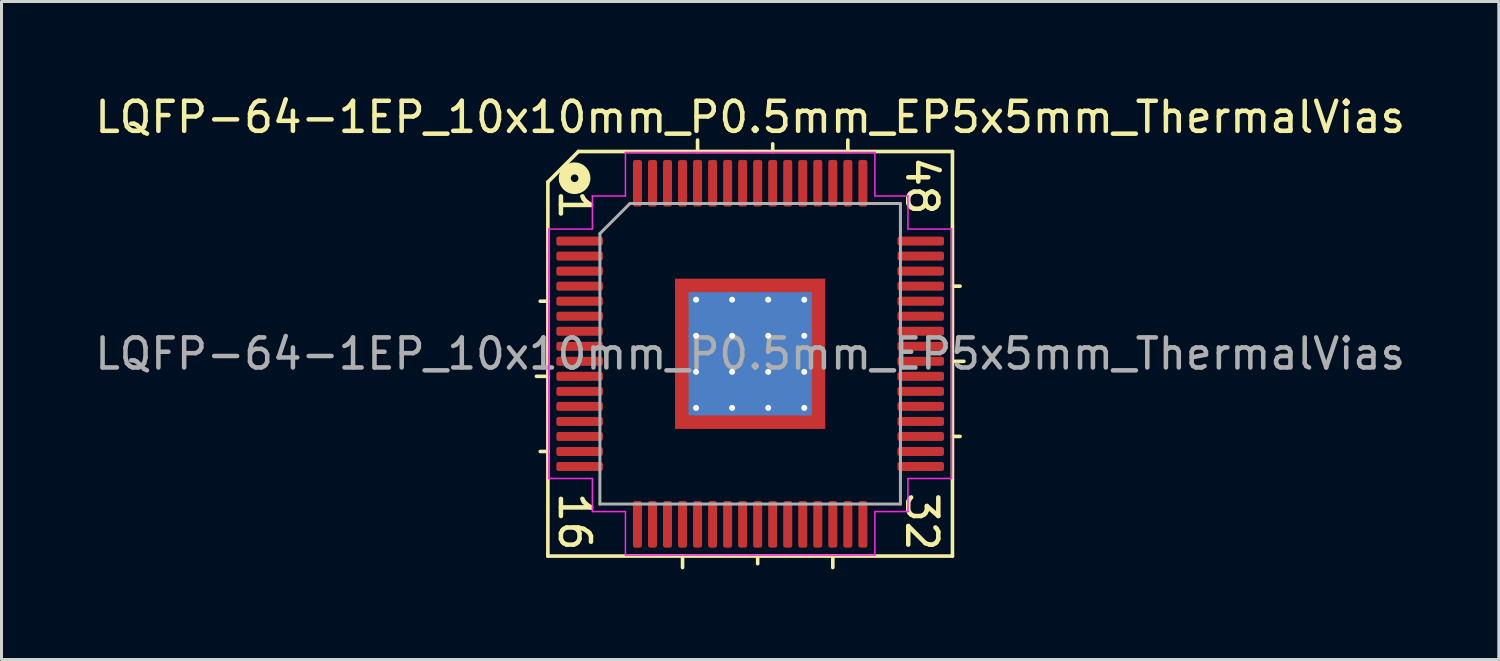
<source format=kicad_pcb>
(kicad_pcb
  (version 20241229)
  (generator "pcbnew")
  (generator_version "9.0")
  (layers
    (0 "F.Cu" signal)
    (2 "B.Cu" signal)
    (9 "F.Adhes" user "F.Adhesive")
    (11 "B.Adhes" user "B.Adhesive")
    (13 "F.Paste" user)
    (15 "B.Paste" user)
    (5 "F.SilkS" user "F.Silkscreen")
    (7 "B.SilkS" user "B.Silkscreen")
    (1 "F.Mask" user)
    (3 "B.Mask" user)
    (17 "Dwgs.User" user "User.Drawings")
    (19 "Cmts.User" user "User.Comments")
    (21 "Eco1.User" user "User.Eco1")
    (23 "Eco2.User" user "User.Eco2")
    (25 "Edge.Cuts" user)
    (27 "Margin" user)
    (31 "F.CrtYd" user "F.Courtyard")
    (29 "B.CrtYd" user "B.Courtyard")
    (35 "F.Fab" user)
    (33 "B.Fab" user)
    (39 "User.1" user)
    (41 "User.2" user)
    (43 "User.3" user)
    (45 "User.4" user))
  (footprint "LQFP-64-1EP_10x10mm_P0.5mm_EP5x5mm_ThermalVias"
    (layer "F.Cu")
    (at 21.911 8.722)
    (property "Reference" "LQFP-64-1EP_10x10mm_P0.5mm_EP5x5mm_ThermalVias" (at 0 -7.874 0) (layer "F.SilkS") (effects (font (size 1 1) (thickness 0.15))))
    (attr smd)
    (fp_line (start -6.731 -5.715) (end -6.731 6.731) (stroke (width 0.12) (type solid)) (layer "F.SilkS"))
    (fp_line (start -6.731 -1.75) (end -6.985 -1.75) (stroke (width 0.12) (type solid)) (layer "F.SilkS"))
    (fp_line (start -6.731 0.75) (end -7.112 0.75) (stroke (width 0.12) (type solid)) (layer "F.SilkS"))
    (fp_line (start -6.731 3.25) (end -6.985 3.25) (stroke (width 0.12) (type solid)) (layer "F.SilkS"))
    (fp_line (start -6.731 6.731) (end 6.731 6.731) (stroke (width 0.12) (type solid)) (layer "F.SilkS"))
    (fp_line (start -5.715 -6.731) (end -6.731 -5.715) (stroke (width 0.12) (type solid)) (layer "F.SilkS"))
    (fp_line (start -2.25 6.731) (end -2.25 7.112) (stroke (width 0.12) (type solid)) (layer "F.SilkS"))
    (fp_line (start -1.75 -6.731) (end -1.75 -7.112) (stroke (width 0.12) (type solid)) (layer "F.SilkS"))
    (fp_line (start 0.25 6.731) (end 0.25 6.985) (stroke (width 0.12) (type solid)) (layer "F.SilkS"))
    (fp_line (start 0.75 -6.731) (end 0.75 -6.985) (stroke (width 0.12) (type solid)) (layer "F.SilkS"))
    (fp_line (start 2.75 7.112) (end 2.75 6.731) (stroke (width 0.12) (type solid)) (layer "F.SilkS"))
    (fp_line (start 3.25 -6.731) (end 3.25 -7.112) (stroke (width 0.12) (type solid)) (layer "F.SilkS"))
    (fp_line (start 6.731 -6.731) (end -5.715 -6.731) (stroke (width 0.12) (type solid)) (layer "F.SilkS"))
    (fp_line (start 6.731 -2.25) (end 6.985 -2.25) (stroke (width 0.12) (type solid)) (layer "F.SilkS"))
    (fp_line (start 6.731 0.25) (end 7.112 0.25) (stroke (width 0.12) (type solid)) (layer "F.SilkS"))
    (fp_line (start 6.731 2.75) (end 6.985 2.75) (stroke (width 0.12) (type solid)) (layer "F.SilkS"))
    (fp_line (start 6.731 6.731) (end 6.731 -6.731) (stroke (width 0.12) (type solid)) (layer "F.SilkS"))
    (fp_circle (center -5.842 -5.842) (end -5.715 -5.842) (stroke (width 0.4) (type solid)) (fill no) (layer "F.SilkS"))
    (fp_line (start -6.7 -4.15) (end -6.7 0) (stroke (width 0.05) (type solid)) (layer "F.CrtYd"))
    (fp_line (start -6.7 4.15) (end -6.7 0) (stroke (width 0.05) (type solid)) (layer "F.CrtYd"))
    (fp_line (start -5.25 -5.25) (end -5.25 -4.15) (stroke (width 0.05) (type solid)) (layer "F.CrtYd"))
    (fp_line (start -5.25 -4.15) (end -6.7 -4.15) (stroke (width 0.05) (type solid)) (layer "F.CrtYd"))
    (fp_line (start -5.25 4.15) (end -6.7 4.15) (stroke (width 0.05) (type solid)) (layer "F.CrtYd"))
    (fp_line (start -5.25 5.25) (end -5.25 4.15) (stroke (width 0.05) (type solid)) (layer "F.CrtYd"))
    (fp_line (start -4.15 -6.7) (end -4.15 -5.25) (stroke (width 0.05) (type solid)) (layer "F.CrtYd"))
    (fp_line (start -4.15 -5.25) (end -5.25 -5.25) (stroke (width 0.05) (type solid)) (layer "F.CrtYd"))
    (fp_line (start -4.15 5.25) (end -5.25 5.25) (stroke (width 0.05) (type solid)) (layer "F.CrtYd"))
    (fp_line (start -4.15 6.7) (end -4.15 5.25) (stroke (width 0.05) (type solid)) (layer "F.CrtYd"))
    (fp_line (start 0 -6.7) (end -4.15 -6.7) (stroke (width 0.05) (type solid)) (layer "F.CrtYd"))
    (fp_line (start 0 -6.7) (end 4.15 -6.7) (stroke (width 0.05) (type solid)) (layer "F.CrtYd"))
    (fp_line (start 0 6.7) (end -4.15 6.7) (stroke (width 0.05) (type solid)) (layer "F.CrtYd"))
    (fp_line (start 0 6.7) (end 4.15 6.7) (stroke (width 0.05) (type solid)) (layer "F.CrtYd"))
    (fp_line (start 4.15 -6.7) (end 4.15 -5.25) (stroke (width 0.05) (type solid)) (layer "F.CrtYd"))
    (fp_line (start 4.15 -5.25) (end 5.25 -5.25) (stroke (width 0.05) (type solid)) (layer "F.CrtYd"))
    (fp_line (start 4.15 5.25) (end 5.25 5.25) (stroke (width 0.05) (type solid)) (layer "F.CrtYd"))
    (fp_line (start 4.15 6.7) (end 4.15 5.25) (stroke (width 0.05) (type solid)) (layer "F.CrtYd"))
    (fp_line (start 5.25 -5.25) (end 5.25 -4.15) (stroke (width 0.05) (type solid)) (layer "F.CrtYd"))
    (fp_line (start 5.25 -4.15) (end 6.7 -4.15) (stroke (width 0.05) (type solid)) (layer "F.CrtYd"))
    (fp_line (start 5.25 4.15) (end 6.7 4.15) (stroke (width 0.05) (type solid)) (layer "F.CrtYd"))
    (fp_line (start 5.25 5.25) (end 5.25 4.15) (stroke (width 0.05) (type solid)) (layer "F.CrtYd"))
    (fp_line (start 6.7 -4.15) (end 6.7 0) (stroke (width 0.05) (type solid)) (layer "F.CrtYd"))
    (fp_line (start 6.7 4.15) (end 6.7 0) (stroke (width 0.05) (type solid)) (layer "F.CrtYd"))
    (fp_line (start -5 -4) (end -4 -5) (stroke (width 0.1) (type solid)) (layer "F.Fab"))
    (fp_line (start -5 5) (end -5 -4) (stroke (width 0.1) (type solid)) (layer "F.Fab"))
    (fp_line (start -4 -5) (end 5 -5) (stroke (width 0.1) (type solid)) (layer "F.Fab"))
    (fp_line (start 5 -5) (end 5 5) (stroke (width 0.1) (type solid)) (layer "F.Fab"))
    (fp_line (start 5 5) (end -5 5) (stroke (width 0.1) (type solid)) (layer "F.Fab"))
    (fp_text user "16" (at -5.842 5.588 270) (unlocked yes) (layer "F.SilkS") (effects (font (size 1 1) (thickness 0.15))))
    (fp_text user "48" (at 5.715 -5.588 270) (unlocked yes) (layer "F.SilkS") (effects (font (size 1 1) (thickness 0.15))))
    (fp_text user "32" (at 5.715 5.588 270) (unlocked yes) (layer "F.SilkS") (effects (font (size 1 1) (thickness 0.15))))
    (fp_text user "1" (at -5.842 -4.953 270) (unlocked yes) (layer "F.SilkS") (effects (font (size 1 1) (thickness 0.15))))
    (fp_text user "${REFERENCE}" (at 0 0 0) (layer "F.Fab") (effects (font (size 1 1) (thickness 0.15))))
    (pad "" smd custom (at -2.15 -2.15) (size 0.46 0.46) (layers "F.Paste") (options (anchor circle)) (primitives (gr_poly (pts (xy 0.178 0.092) (xy 0.092 0.178) (xy -0.178 0.178) (xy -0.178 -0.178) (xy 0.178 -0.178)) (width 0.208) (fill yes))))
    (pad "" smd custom (at -2.15 -1.2) (size 0.495 0.495) (layers "F.Paste") (options (anchor circle)) (primitives (gr_poly (pts (xy 0.212 -0.356) (xy 0.212 0.356) (xy 0.154 0.414) (xy -0.212 0.414) (xy -0.212 -0.414) (xy 0.154 -0.414)) (width 0.14) (fill yes))))
    (pad "" smd custom (at -2.15 0) (size 0.495 0.495) (layers "F.Paste") (options (anchor circle)) (primitives (gr_poly (pts (xy 0.212 -0.356) (xy 0.212 0.356) (xy 0.154 0.414) (xy -0.212 0.414) (xy -0.212 -0.414) (xy 0.154 -0.414)) (width 0.14) (fill yes))))
    (pad "" smd custom (at -2.15 1.2) (size 0.495 0.495) (layers "F.Paste") (options (anchor circle)) (primitives (gr_poly (pts (xy 0.212 -0.356) (xy 0.212 0.356) (xy 0.154 0.414) (xy -0.212 0.414) (xy -0.212 -0.414) (xy 0.154 -0.414)) (width 0.14) (fill yes))))
    (pad "" smd custom (at -2.15 2.15) (size 0.46 0.46) (layers "F.Paste") (options (anchor circle)) (primitives (gr_poly (pts (xy 0.178 -0.092) (xy 0.178 0.178) (xy -0.178 0.178) (xy -0.178 -0.178) (xy 0.092 -0.178)) (width 0.208) (fill yes))))
    (pad "" smd custom (at -1.2 -2.15) (size 0.495 0.495) (layers "F.Paste") (options (anchor circle)) (primitives (gr_poly (pts (xy 0.414 0.154) (xy 0.356 0.212) (xy -0.356 0.212) (xy -0.414 0.154) (xy -0.414 -0.212) (xy 0.414 -0.212)) (width 0.14) (fill yes))))
    (pad "" smd roundrect (at -1.2 -1.2) (size 0.967 0.967) (layers "F.Paste") (roundrect_rratio 0.25))
    (pad "" smd roundrect (at -1.2 0) (size 0.967 0.967) (layers "F.Paste") (roundrect_rratio 0.25))
    (pad "" smd roundrect (at -1.2 1.2) (size 0.967 0.967) (layers "F.Paste") (roundrect_rratio 0.25))
    (pad "" smd custom (at -1.2 2.15) (size 0.495 0.495) (layers "F.Paste") (options (anchor circle)) (primitives (gr_poly (pts (xy 0.414 -0.154) (xy 0.414 0.212) (xy -0.414 0.212) (xy -0.414 -0.154) (xy -0.356 -0.212) (xy 0.356 -0.212)) (width 0.14) (fill yes))))
    (pad "" smd custom (at 0 -2.15) (size 0.495 0.495) (layers "F.Paste") (options (anchor circle)) (primitives (gr_poly (pts (xy 0.414 0.154) (xy 0.356 0.212) (xy -0.356 0.212) (xy -0.414 0.154) (xy -0.414 -0.212) (xy 0.414 -0.212)) (width 0.14) (fill yes))))
    (pad "" smd roundrect (at 0 -1.2) (size 0.967 0.967) (layers "F.Paste") (roundrect_rratio 0.25))
    (pad "" smd roundrect (at 0 0) (size 0.967 0.967) (layers "F.Paste") (roundrect_rratio 0.25))
    (pad "" smd roundrect (at 0 1.2) (size 0.967 0.967) (layers "F.Paste") (roundrect_rratio 0.25))
    (pad "" smd custom (at 0 2.15) (size 0.495 0.495) (layers "F.Paste") (options (anchor circle)) (primitives (gr_poly (pts (xy 0.414 -0.154) (xy 0.414 0.212) (xy -0.414 0.212) (xy -0.414 -0.154) (xy -0.356 -0.212) (xy 0.356 -0.212)) (width 0.14) (fill yes))))
    (pad "" smd custom (at 1.2 -2.15) (size 0.495 0.495) (layers "F.Paste") (options (anchor circle)) (primitives (gr_poly (pts (xy 0.414 0.154) (xy 0.356 0.212) (xy -0.356 0.212) (xy -0.414 0.154) (xy -0.414 -0.212) (xy 0.414 -0.212)) (width 0.14) (fill yes))))
    (pad "" smd roundrect (at 1.2 -1.2) (size 0.967 0.967) (layers "F.Paste") (roundrect_rratio 0.25))
    (pad "" smd roundrect (at 1.2 0) (size 0.967 0.967) (layers "F.Paste") (roundrect_rratio 0.25))
    (pad "" smd roundrect (at 1.2 1.2) (size 0.967 0.967) (layers "F.Paste") (roundrect_rratio 0.25))
    (pad "" smd custom (at 1.2 2.15) (size 0.495 0.495) (layers "F.Paste") (options (anchor circle)) (primitives (gr_poly (pts (xy 0.414 -0.154) (xy 0.414 0.212) (xy -0.414 0.212) (xy -0.414 -0.154) (xy -0.356 -0.212) (xy 0.356 -0.212)) (width 0.14) (fill yes))))
    (pad "" smd custom (at 2.15 -2.15) (size 0.46 0.46) (layers "F.Paste") (options (anchor circle)) (primitives (gr_poly (pts (xy 0.178 0.178) (xy -0.092 0.178) (xy -0.178 0.092) (xy -0.178 -0.178) (xy 0.178 -0.178)) (width 0.208) (fill yes))))
    (pad "" smd custom (at 2.15 -1.2) (size 0.495 0.495) (layers "F.Paste") (options (anchor circle)) (primitives (gr_poly (pts (xy 0.212 0.414) (xy -0.154 0.414) (xy -0.212 0.356) (xy -0.212 -0.356) (xy -0.154 -0.414) (xy 0.212 -0.414)) (width 0.14) (fill yes))))
    (pad "" smd custom (at 2.15 0) (size 0.495 0.495) (layers "F.Paste") (options (anchor circle)) (primitives (gr_poly (pts (xy 0.212 0.414) (xy -0.154 0.414) (xy -0.212 0.356) (xy -0.212 -0.356) (xy -0.154 -0.414) (xy 0.212 -0.414)) (width 0.14) (fill yes))))
    (pad "" smd custom (at 2.15 1.2) (size 0.495 0.495) (layers "F.Paste") (options (anchor circle)) (primitives (gr_poly (pts (xy 0.212 0.414) (xy -0.154 0.414) (xy -0.212 0.356) (xy -0.212 -0.356) (xy -0.154 -0.414) (xy 0.212 -0.414)) (width 0.14) (fill yes))))
    (pad "" smd custom (at 2.15 2.15) (size 0.46 0.46) (layers "F.Paste") (options (anchor circle)) (primitives (gr_poly (pts (xy 0.178 0.178) (xy -0.178 0.178) (xy -0.178 -0.092) (xy -0.092 -0.178) (xy 0.178 -0.178)) (width 0.208) (fill yes))))
    (pad "1" smd roundrect (at -5.675 -3.75) (size 1.55 0.3) (layers "F.Cu" "F.Mask" "F.Paste") (roundrect_rratio 0.25))
    (pad "2" smd roundrect (at -5.675 -3.25) (size 1.55 0.3) (layers "F.Cu" "F.Mask" "F.Paste") (roundrect_rratio 0.25))
    (pad "3" smd roundrect (at -5.675 -2.75) (size 1.55 0.3) (layers "F.Cu" "F.Mask" "F.Paste") (roundrect_rratio 0.25))
    (pad "4" smd roundrect (at -5.675 -2.25) (size 1.55 0.3) (layers "F.Cu" "F.Mask" "F.Paste") (roundrect_rratio 0.25))
    (pad "5" smd roundrect (at -5.675 -1.75) (size 1.55 0.3) (layers "F.Cu" "F.Mask" "F.Paste") (roundrect_rratio 0.25))
    (pad "6" smd roundrect (at -5.675 -1.25) (size 1.55 0.3) (layers "F.Cu" "F.Mask" "F.Paste") (roundrect_rratio 0.25))
    (pad "7" smd roundrect (at -5.675 -0.75) (size 1.55 0.3) (layers "F.Cu" "F.Mask" "F.Paste") (roundrect_rratio 0.25))
    (pad "8" smd roundrect (at -5.675 -0.25) (size 1.55 0.3) (layers "F.Cu" "F.Mask" "F.Paste") (roundrect_rratio 0.25))
    (pad "9" smd roundrect (at -5.675 0.25) (size 1.55 0.3) (layers "F.Cu" "F.Mask" "F.Paste") (roundrect_rratio 0.25))
    (pad "10" smd roundrect (at -5.675 0.75) (size 1.55 0.3) (layers "F.Cu" "F.Mask" "F.Paste") (roundrect_rratio 0.25))
    (pad "11" smd roundrect (at -5.675 1.25) (size 1.55 0.3) (layers "F.Cu" "F.Mask" "F.Paste") (roundrect_rratio 0.25))
    (pad "12" smd roundrect (at -5.675 1.75) (size 1.55 0.3) (layers "F.Cu" "F.Mask" "F.Paste") (roundrect_rratio 0.25))
    (pad "13" smd roundrect (at -5.675 2.25) (size 1.55 0.3) (layers "F.Cu" "F.Mask" "F.Paste") (roundrect_rratio 0.25))
    (pad "14" smd roundrect (at -5.675 2.75) (size 1.55 0.3) (layers "F.Cu" "F.Mask" "F.Paste") (roundrect_rratio 0.25))
    (pad "15" smd roundrect (at -5.675 3.25) (size 1.55 0.3) (layers "F.Cu" "F.Mask" "F.Paste") (roundrect_rratio 0.25))
    (pad "16" smd roundrect (at -5.675 3.75) (size 1.55 0.3) (layers "F.Cu" "F.Mask" "F.Paste") (roundrect_rratio 0.25))
    (pad "17" smd roundrect (at -3.75 5.675) (size 0.3 1.55) (layers "F.Cu" "F.Mask" "F.Paste") (roundrect_rratio 0.25))
    (pad "18" smd roundrect (at -3.25 5.675) (size 0.3 1.55) (layers "F.Cu" "F.Mask" "F.Paste") (roundrect_rratio 0.25))
    (pad "19" smd roundrect (at -2.75 5.675) (size 0.3 1.55) (layers "F.Cu" "F.Mask" "F.Paste") (roundrect_rratio 0.25))
    (pad "20" smd roundrect (at -2.25 5.675) (size 0.3 1.55) (layers "F.Cu" "F.Mask" "F.Paste") (roundrect_rratio 0.25))
    (pad "21" smd roundrect (at -1.75 5.675) (size 0.3 1.55) (layers "F.Cu" "F.Mask" "F.Paste") (roundrect_rratio 0.25))
    (pad "22" smd roundrect (at -1.25 5.675) (size 0.3 1.55) (layers "F.Cu" "F.Mask" "F.Paste") (roundrect_rratio 0.25))
    (pad "23" smd roundrect (at -0.75 5.675) (size 0.3 1.55) (layers "F.Cu" "F.Mask" "F.Paste") (roundrect_rratio 0.25))
    (pad "24" smd roundrect (at -0.25 5.675) (size 0.3 1.55) (layers "F.Cu" "F.Mask" "F.Paste") (roundrect_rratio 0.25))
    (pad "25" smd roundrect (at 0.25 5.675) (size 0.3 1.55) (layers "F.Cu" "F.Mask" "F.Paste") (roundrect_rratio 0.25))
    (pad "26" smd roundrect (at 0.75 5.675) (size 0.3 1.55) (layers "F.Cu" "F.Mask" "F.Paste") (roundrect_rratio 0.25))
    (pad "27" smd roundrect (at 1.25 5.675) (size 0.3 1.55) (layers "F.Cu" "F.Mask" "F.Paste") (roundrect_rratio 0.25))
    (pad "28" smd roundrect (at 1.75 5.675) (size 0.3 1.55) (layers "F.Cu" "F.Mask" "F.Paste") (roundrect_rratio 0.25))
    (pad "29" smd roundrect (at 2.25 5.675) (size 0.3 1.55) (layers "F.Cu" "F.Mask" "F.Paste") (roundrect_rratio 0.25))
    (pad "30" smd roundrect (at 2.75 5.675) (size 0.3 1.55) (layers "F.Cu" "F.Mask" "F.Paste") (roundrect_rratio 0.25))
    (pad "31" smd roundrect (at 3.25 5.675) (size 0.3 1.55) (layers "F.Cu" "F.Mask" "F.Paste") (roundrect_rratio 0.25))
    (pad "32" smd roundrect (at 3.75 5.675) (size 0.3 1.55) (layers "F.Cu" "F.Mask" "F.Paste") (roundrect_rratio 0.25))
    (pad "33" smd roundrect (at 5.675 3.75) (size 1.55 0.3) (layers "F.Cu" "F.Mask" "F.Paste") (roundrect_rratio 0.25))
    (pad "34" smd roundrect (at 5.675 3.25) (size 1.55 0.3) (layers "F.Cu" "F.Mask" "F.Paste") (roundrect_rratio 0.25))
    (pad "35" smd roundrect (at 5.675 2.75) (size 1.55 0.3) (layers "F.Cu" "F.Mask" "F.Paste") (roundrect_rratio 0.25))
    (pad "36" smd roundrect (at 5.675 2.25) (size 1.55 0.3) (layers "F.Cu" "F.Mask" "F.Paste") (roundrect_rratio 0.25))
    (pad "37" smd roundrect (at 5.675 1.75) (size 1.55 0.3) (layers "F.Cu" "F.Mask" "F.Paste") (roundrect_rratio 0.25))
    (pad "38" smd roundrect (at 5.675 1.25) (size 1.55 0.3) (layers "F.Cu" "F.Mask" "F.Paste") (roundrect_rratio 0.25))
    (pad "39" smd roundrect (at 5.675 0.75) (size 1.55 0.3) (layers "F.Cu" "F.Mask" "F.Paste") (roundrect_rratio 0.25))
    (pad "40" smd roundrect (at 5.675 0.25) (size 1.55 0.3) (layers "F.Cu" "F.Mask" "F.Paste") (roundrect_rratio 0.25))
    (pad "41" smd roundrect (at 5.675 -0.25) (size 1.55 0.3) (layers "F.Cu" "F.Mask" "F.Paste") (roundrect_rratio 0.25))
    (pad "42" smd roundrect (at 5.675 -0.75) (size 1.55 0.3) (layers "F.Cu" "F.Mask" "F.Paste") (roundrect_rratio 0.25))
    (pad "43" smd roundrect (at 5.675 -1.25) (size 1.55 0.3) (layers "F.Cu" "F.Mask" "F.Paste") (roundrect_rratio 0.25))
    (pad "44" smd roundrect (at 5.675 -1.75) (size 1.55 0.3) (layers "F.Cu" "F.Mask" "F.Paste") (roundrect_rratio 0.25))
    (pad "45" smd roundrect (at 5.675 -2.25) (size 1.55 0.3) (layers "F.Cu" "F.Mask" "F.Paste") (roundrect_rratio 0.25))
    (pad "46" smd roundrect (at 5.675 -2.75) (size 1.55 0.3) (layers "F.Cu" "F.Mask" "F.Paste") (roundrect_rratio 0.25))
    (pad "47" smd roundrect (at 5.675 -3.25) (size 1.55 0.3) (layers "F.Cu" "F.Mask" "F.Paste") (roundrect_rratio 0.25))
    (pad "48" smd roundrect (at 5.675 -3.75) (size 1.55 0.3) (layers "F.Cu" "F.Mask" "F.Paste") (roundrect_rratio 0.25))
    (pad "49" smd roundrect (at 3.75 -5.675) (size 0.3 1.55) (layers "F.Cu" "F.Mask" "F.Paste") (roundrect_rratio 0.25))
    (pad "50" smd roundrect (at 3.25 -5.675) (size 0.3 1.55) (layers "F.Cu" "F.Mask" "F.Paste") (roundrect_rratio 0.25))
    (pad "51" smd roundrect (at 2.75 -5.675) (size 0.3 1.55) (layers "F.Cu" "F.Mask" "F.Paste") (roundrect_rratio 0.25))
    (pad "52" smd roundrect (at 2.25 -5.675) (size 0.3 1.55) (layers "F.Cu" "F.Mask" "F.Paste") (roundrect_rratio 0.25))
    (pad "53" smd roundrect (at 1.75 -5.675) (size 0.3 1.55) (layers "F.Cu" "F.Mask" "F.Paste") (roundrect_rratio 0.25))
    (pad "54" smd roundrect (at 1.25 -5.675) (size 0.3 1.55) (layers "F.Cu" "F.Mask" "F.Paste") (roundrect_rratio 0.25))
    (pad "55" smd roundrect (at 0.75 -5.675) (size 0.3 1.55) (layers "F.Cu" "F.Mask" "F.Paste") (roundrect_rratio 0.25))
    (pad "56" smd roundrect (at 0.25 -5.675) (size 0.3 1.55) (layers "F.Cu" "F.Mask" "F.Paste") (roundrect_rratio 0.25))
    (pad "57" smd roundrect (at -0.25 -5.675) (size 0.3 1.55) (layers "F.Cu" "F.Mask" "F.Paste") (roundrect_rratio 0.25))
    (pad "58" smd roundrect (at -0.75 -5.675) (size 0.3 1.55) (layers "F.Cu" "F.Mask" "F.Paste") (roundrect_rratio 0.25))
    (pad "59" smd roundrect (at -1.25 -5.675) (size 0.3 1.55) (layers "F.Cu" "F.Mask" "F.Paste") (roundrect_rratio 0.25))
    (pad "60" smd roundrect (at -1.75 -5.675) (size 0.3 1.55) (layers "F.Cu" "F.Mask" "F.Paste") (roundrect_rratio 0.25))
    (pad "61" smd roundrect (at -2.25 -5.675) (size 0.3 1.55) (layers "F.Cu" "F.Mask" "F.Paste") (roundrect_rratio 0.25))
    (pad "62" smd roundrect (at -2.75 -5.675) (size 0.3 1.55) (layers "F.Cu" "F.Mask" "F.Paste") (roundrect_rratio 0.25))
    (pad "63" smd roundrect (at -3.25 -5.675) (size 0.3 1.55) (layers "F.Cu" "F.Mask" "F.Paste") (roundrect_rratio 0.25))
    (pad "64" smd roundrect (at -3.75 -5.675) (size 0.3 1.55) (layers "F.Cu" "F.Mask" "F.Paste") (roundrect_rratio 0.25))
    (pad "65" thru_hole circle (at -1.8 -1.8) (size 0.5 0.5) (drill 0.2) (layers "*.Cu"))
    (pad "65" thru_hole circle (at -1.8 -0.6) (size 0.5 0.5) (drill 0.2) (layers "*.Cu"))
    (pad "65" thru_hole circle (at -1.8 0.6) (size 0.5 0.5) (drill 0.2) (layers "*.Cu"))
    (pad "65" thru_hole circle (at -1.8 1.8) (size 0.5 0.5) (drill 0.2) (layers "*.Cu"))
    (pad "65" thru_hole circle (at -0.6 -1.8) (size 0.5 0.5) (drill 0.2) (layers "*.Cu"))
    (pad "65" thru_hole circle (at -0.6 -0.6) (size 0.5 0.5) (drill 0.2) (layers "*.Cu"))
    (pad "65" thru_hole circle (at -0.6 0.6) (size 0.5 0.5) (drill 0.2) (layers "*.Cu"))
    (pad "65" thru_hole circle (at -0.6 1.8) (size 0.5 0.5) (drill 0.2) (layers "*.Cu"))
    (pad "65" smd rect (at 0 0) (size 4.1 4.1) (layers "B.Cu" "B.Mask"))
    (pad "65" smd rect (at 0 0) (size 5 5) (layers "F.Cu" "F.Mask"))
    (pad "65" thru_hole circle (at 0.6 -1.8) (size 0.5 0.5) (drill 0.2) (layers "*.Cu"))
    (pad "65" thru_hole circle (at 0.6 -0.6) (size 0.5 0.5) (drill 0.2) (layers "*.Cu"))
    (pad "65" thru_hole circle (at 0.6 0.6) (size 0.5 0.5) (drill 0.2) (layers "*.Cu"))
    (pad "65" thru_hole circle (at 0.6 1.8) (size 0.5 0.5) (drill 0.2) (layers "*.Cu"))
    (pad "65" thru_hole circle (at 1.8 -1.8) (size 0.5 0.5) (drill 0.2) (layers "*.Cu"))
    (pad "65" thru_hole circle (at 1.8 -0.6) (size 0.5 0.5) (drill 0.2) (layers "*.Cu"))
    (pad "65" thru_hole circle (at 1.8 0.6) (size 0.5 0.5) (drill 0.2) (layers "*.Cu"))
    (pad "65" thru_hole circle (at 1.8 1.8) (size 0.5 0.5) (drill 0.2) (layers "*.Cu")))
  (gr_rect
    (start -3 -3)
    (end 46.821 18.894)
    (stroke (width 0.1) (type default))
    (fill no)
    (layer "Edge.Cuts")))
</source>
